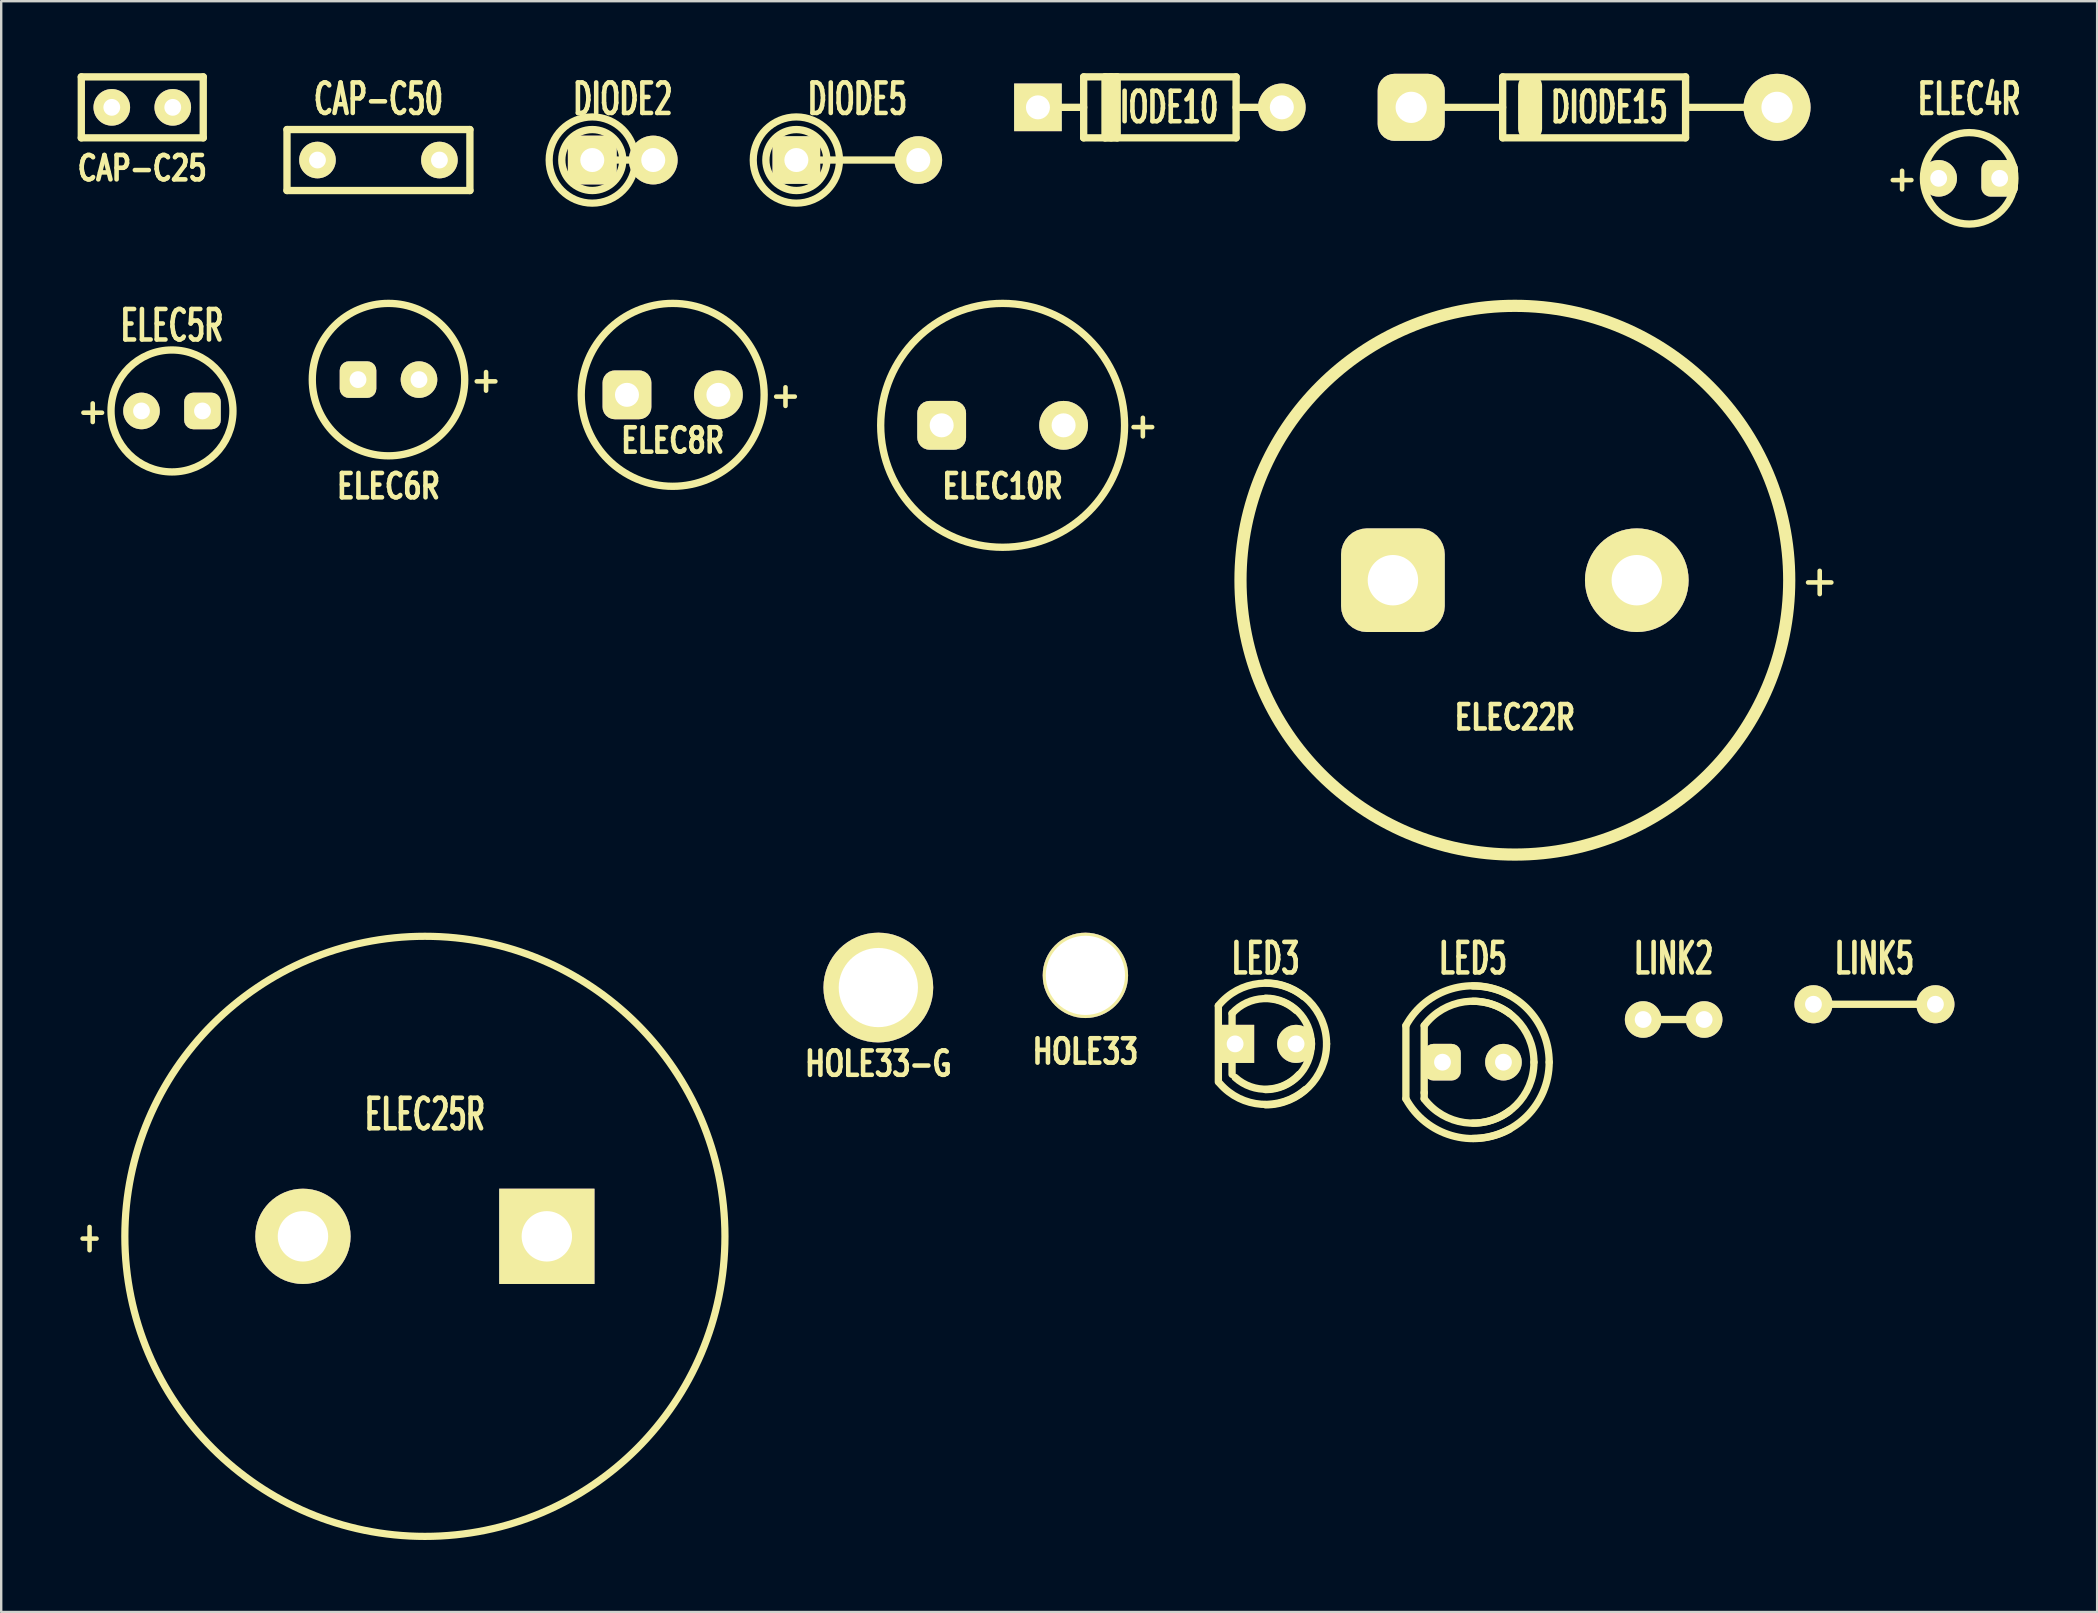
<source format=kicad_pcb>
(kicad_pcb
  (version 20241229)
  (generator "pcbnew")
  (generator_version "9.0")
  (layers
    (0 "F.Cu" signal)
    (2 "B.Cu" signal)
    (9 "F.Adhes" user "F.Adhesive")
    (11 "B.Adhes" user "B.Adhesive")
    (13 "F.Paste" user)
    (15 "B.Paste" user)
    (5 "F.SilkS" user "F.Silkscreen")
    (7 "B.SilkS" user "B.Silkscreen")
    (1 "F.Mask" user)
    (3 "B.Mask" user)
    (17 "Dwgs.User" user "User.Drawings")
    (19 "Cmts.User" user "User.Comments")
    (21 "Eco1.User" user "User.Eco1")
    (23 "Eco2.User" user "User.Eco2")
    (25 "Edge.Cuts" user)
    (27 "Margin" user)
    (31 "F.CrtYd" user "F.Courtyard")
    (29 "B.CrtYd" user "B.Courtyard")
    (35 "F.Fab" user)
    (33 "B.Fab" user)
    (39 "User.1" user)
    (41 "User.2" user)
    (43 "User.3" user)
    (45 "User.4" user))
  (footprint "ELEC6R"
    (layer "F.Cu")
    (at 13.135 12.764)
    (property "Reference" "ELEC6R" (at 0 4.445 0) (layer "F.SilkS") (effects (font (size 1.016 0.762) (thickness 0.191))))
    (attr through_hole)
    (fp_circle (center 0 0) (end 3.175 0) (stroke (width 0.305) (type solid)) (fill no) (layer "F.SilkS"))
    (fp_text user "+" (at 4.064 0 0) (layer "F.SilkS") (effects (font (size 1.016 1.016) (thickness 0.191))))
    (pad "1" thru_hole roundrect (at -1.27 0) (size 1.524 1.524) (drill 0.7) (layers "*.Cu" "*.Mask" "F.SilkS") (roundrect_rratio 0.25))
    (pad "2" thru_hole circle (at 1.27 0) (size 1.524 1.524) (drill 0.7) (layers "*.Cu" "*.Mask" "F.SilkS")))
  (footprint "ELEC8R"
    (layer "F.Cu")
    (at 24.974 13.399)
    (property "Reference" "ELEC8R" (at 0 1.905 0) (layer "F.SilkS") (effects (font (size 1.016 0.762) (thickness 0.191))))
    (attr through_hole)
    (fp_circle (center 0 0) (end 3.81 0) (stroke (width 0.305) (type solid)) (fill no) (layer "F.SilkS"))
    (fp_text user "+" (at 4.699 0 0) (layer "F.SilkS") (effects (font (size 1.016 1.016) (thickness 0.191))))
    (pad "1" thru_hole roundrect (at -1.905 0) (size 2.032 2.032) (drill 1) (layers "*.Cu" "*.Mask" "F.SilkS") (roundrect_rratio 0.25))
    (pad "2" thru_hole circle (at 1.905 0) (size 2.032 2.032) (drill 1) (layers "*.Cu" "*.Mask" "F.SilkS")))
  (footprint "CAP-C25"
    (layer "F.Cu")
    (at 2.877 1.422)
    (property "Reference" "CAP-C25" (at 0 2.54 0) (layer "F.SilkS") (effects (font (size 1.016 0.762) (thickness 0.191))))
    (attr through_hole)
    (fp_line (start -2.54 -1.27) (end 2.54 -1.27) (stroke (width 0.305) (type solid)) (layer "F.SilkS"))
    (fp_line (start -2.54 1.27) (end -2.54 -1.27) (stroke (width 0.305) (type solid)) (layer "F.SilkS"))
    (fp_line (start -2.54 1.27) (end 2.54 1.27) (stroke (width 0.305) (type solid)) (layer "F.SilkS"))
    (fp_line (start 2.54 -1.27) (end 2.54 1.27) (stroke (width 0.305) (type solid)) (layer "F.SilkS"))
    (pad "1" thru_hole circle (at -1.27 0) (size 1.524 1.524) (drill 0.7) (layers "*.Cu" "*.Mask" "F.SilkS"))
    (pad "2" thru_hole circle (at 1.27 0) (size 1.524 1.524) (drill 0.7) (layers "*.Cu" "*.Mask" "F.SilkS")))
  (footprint "ELEC25R"
    (layer "F.Cu")
    (at 14.651 48.455)
    (property "Reference" "ELEC25R" (at 0 -5.08 0) (layer "F.SilkS") (effects (font (size 1.27 0.762) (thickness 0.191))))
    (attr through_hole)
    (fp_circle (center 0 0) (end 12.5 0) (stroke (width 0.3) (type solid)) (fill no) (layer "F.SilkS"))
    (fp_text user "+" (at -13.97 0 0) (layer "F.SilkS") (effects (font (size 1.27 0.762) (thickness 0.191))))
    (pad "1" thru_hole circle (at -5.08 0) (size 3.969 3.969) (drill 2.1) (layers "*.Cu" "*.Mask" "F.SilkS"))
    (pad "2" thru_hole rect (at 5.08 0) (size 3.969 3.969) (drill 2.1) (layers "*.Cu" "*.Mask" "F.SilkS")))
  (footprint "DIODE10"
    (layer "F.Cu")
    (at 45.27 1.422)
    (property "Reference" "DIODE10" (at 0 0 0) (layer "F.SilkS") (effects (font (size 1.27 0.762) (thickness 0.191))))
    (attr through_hole)
    (fp_line (start -3.175 -1.27) (end 3.175 -1.27) (stroke (width 0.305) (type solid)) (layer "F.SilkS"))
    (fp_line (start -3.175 0) (end -5.08 0) (stroke (width 0.305) (type solid)) (layer "F.SilkS"))
    (fp_line (start -3.175 1.27) (end -3.175 -1.27) (stroke (width 0.305) (type solid)) (layer "F.SilkS"))
    (fp_line (start -2.286 -1.27) (end -1.778 -1.27) (stroke (width 0.305) (type solid)) (layer "F.SilkS"))
    (fp_line (start -2.286 1.27) (end -2.286 -1.27) (stroke (width 0.305) (type solid)) (layer "F.SilkS"))
    (fp_line (start -2.032 -1.27) (end -2.032 1.27) (stroke (width 0.305) (type solid)) (layer "F.SilkS"))
    (fp_line (start -1.778 -1.27) (end -1.778 1.27) (stroke (width 0.305) (type solid)) (layer "F.SilkS"))
    (fp_line (start -1.778 1.27) (end -2.286 1.27) (stroke (width 0.305) (type solid)) (layer "F.SilkS"))
    (fp_line (start 3.175 -1.27) (end 3.175 1.27) (stroke (width 0.305) (type solid)) (layer "F.SilkS"))
    (fp_line (start 3.175 0) (end 5.08 0) (stroke (width 0.305) (type solid)) (layer "F.SilkS"))
    (fp_line (start 3.175 1.27) (end -3.175 1.27) (stroke (width 0.305) (type solid)) (layer "F.SilkS"))
    (pad "A" thru_hole circle (at 5.08 0) (size 1.984 1.984) (drill 1) (layers "*.Cu" "*.Mask" "F.SilkS"))
    (pad "K" thru_hole rect (at -5.08 0) (size 1.984 1.984) (drill 1) (layers "*.Cu" "*.Mask" "F.SilkS")))
  (footprint "HOLE33"
    (layer "F.Cu")
    (at 42.167 37.583)
    (property "Reference" "HOLE33" (at 0 3.175 0) (layer "F.SilkS") (effects (font (size 1.016 0.762) (thickness 0.191))))
    (attr through_hole)
    (pad "" thru_hole circle (at 0 0) (size 3.556 3.556) (drill 3.3) (layers "*.Cu" "*.Mask" "F.SilkS")))
  (footprint "DIODE15"
    (layer "F.Cu")
    (at 63.36 1.422)
    (property "Reference" "DIODE15" (at 0.635 0 0) (layer "F.SilkS") (effects (font (size 1.27 0.762) (thickness 0.191))))
    (attr through_hole)
    (fp_line (start -7.62 0) (end -3.81 0) (stroke (width 0.3) (type solid)) (layer "F.SilkS"))
    (fp_line (start -3.81 -1.27) (end 3.81 -1.27) (stroke (width 0.3) (type solid)) (layer "F.SilkS"))
    (fp_line (start -3.81 1.27) (end -3.81 -1.27) (stroke (width 0.305) (type solid)) (layer "F.SilkS"))
    (fp_line (start -3.81 1.27) (end 3.81 1.27) (stroke (width 0.3) (type solid)) (layer "F.SilkS"))
    (fp_line (start -2.667 -0.889) (end -2.667 0.889) (stroke (width 1) (type solid)) (layer "F.SilkS"))
    (fp_line (start 3.81 -1.27) (end 3.81 1.27) (stroke (width 0.305) (type solid)) (layer "F.SilkS"))
    (fp_line (start 3.81 0) (end 7.62 0) (stroke (width 0.3) (type solid)) (layer "F.SilkS"))
    (pad "A" thru_hole circle (at 7.62 0) (size 2.794 2.794) (drill 1.3) (layers "*.Cu" "*.Mask" "F.SilkS"))
    (pad "K" thru_hole roundrect (at -7.62 0) (size 2.794 2.794) (drill 1.3) (layers "*.Cu" "*.Mask" "F.SilkS") (roundrect_rratio 0.25)))
  (footprint "ELEC4R"
    (layer "F.Cu")
    (at 78.984 4.379)
    (property "Reference" "ELEC4R" (at 0 -3.302 0) (layer "F.SilkS") (effects (font (size 1.27 0.762) (thickness 0.191))))
    (attr through_hole)
    (fp_circle (center 0 0) (end -1.905 0) (stroke (width 0.305) (type solid)) (fill no) (layer "F.SilkS"))
    (fp_text user "+" (at -2.794 0 0) (layer "F.SilkS") (effects (font (size 1.016 1.016) (thickness 0.191))))
    (pad "1" thru_hole circle (at -1.27 0) (size 1.524 1.524) (drill 0.7) (layers "*.Cu" "*.Mask" "F.SilkS"))
    (pad "2" thru_hole roundrect (at 1.27 0) (size 1.524 1.524) (drill 0.7) (layers "*.Cu" "*.Mask" "F.SilkS") (roundrect_rratio 0.25)))
  (footprint "LINK2"
    (layer "F.Cu")
    (at 66.673 39.422)
    (property "Reference" "LINK2" (at 0 -2.54 0) (layer "F.SilkS") (effects (font (size 1.27 0.762) (thickness 0.191))))
    (attr through_hole)
    (fp_line (start -1.27 0) (end 1.27 0) (stroke (width 0.305) (type solid)) (layer "F.SilkS"))
    (pad "1" thru_hole circle (at -1.27 0) (size 1.524 1.524) (drill 0.7) (layers "*.Cu" "*.Mask" "F.SilkS"))
    (pad "2" thru_hole circle (at 1.27 0) (size 1.524 1.524) (drill 0.7) (layers "*.Cu" "*.Mask" "F.SilkS")))
  (footprint "ELEC22R"
    (layer "F.Cu")
    (at 60.058 21.121)
    (property "Reference" "ELEC22R" (at 0 5.715 0) (layer "F.SilkS") (effects (font (size 1.016 0.762) (thickness 0.191))))
    (attr through_hole)
    (fp_circle (center 0 0) (end -11.43 0) (stroke (width 0.508) (type solid)) (fill no) (layer "F.SilkS"))
    (fp_text user "+" (at 12.7 0 0) (layer "F.SilkS") (effects (font (size 1.27 1.27) (thickness 0.191))))
    (pad "1" thru_hole roundrect (at -5.08 0) (size 4.318 4.318) (drill 2.1) (layers "*.Cu" "*.Mask" "F.SilkS") (roundrect_rratio 0.25))
    (pad "2" thru_hole circle (at 5.08 0) (size 4.318 4.318) (drill 2.1) (layers "*.Cu" "*.Mask" "F.SilkS")))
  (footprint "DIODE2"
    (layer "F.Cu")
    (at 22.894 3.617)
    (property "Reference" "DIODE2" (at 0 -2.54 0) (layer "F.SilkS") (effects (font (size 1.27 0.762) (thickness 0.191))))
    (attr through_hole)
    (fp_line (start -1.27 0) (end 1.27 0) (stroke (width 0.305) (type solid)) (layer "F.SilkS"))
    (fp_circle (center -1.27 0) (end -2.54 0) (stroke (width 0.305) (type solid)) (fill no) (layer "F.SilkS"))
    (fp_circle (center -1.27 0) (end 0 1.27) (stroke (width 0.3) (type solid)) (fill no) (layer "F.SilkS"))
    (pad "A" thru_hole circle (at 1.27 0) (size 2.032 2.032) (drill 1) (layers "*.Cu" "*.Mask" "F.SilkS"))
    (pad "K" thru_hole roundrect (at -1.27 0) (size 2.032 2.032) (drill 1) (layers "*.Cu" "*.Mask" "F.SilkS") (roundrect_rratio 0.25)))
  (footprint "HOLE33-G"
    (layer "F.Cu")
    (at 33.541 38.091)
    (property "Reference" "HOLE33-G" (at 0 3.175 0) (layer "F.SilkS") (effects (font (size 1.016 0.762) (thickness 0.191))))
    (attr through_hole)
    (pad "0" thru_hole circle (at 0 0) (size 4.572 4.572) (drill 3.3) (layers "*.Cu" "*.Mask" "F.SilkS")))
  (footprint "ELEC5R"
    (layer "F.Cu")
    (at 4.115 14.07)
    (property "Reference" "ELEC5R" (at 0 -3.556 0) (layer "F.SilkS") (effects (font (size 1.27 0.762) (thickness 0.191))))
    (attr through_hole)
    (fp_circle (center 0 0) (end -2.54 0) (stroke (width 0.305) (type solid)) (fill no) (layer "F.SilkS"))
    (fp_text user "+" (at -3.302 0 0) (layer "F.SilkS") (effects (font (size 1.016 1.016) (thickness 0.191))))
    (pad "1" thru_hole circle (at -1.27 0) (size 1.524 1.524) (drill 0.7) (layers "*.Cu" "*.Mask" "F.SilkS"))
    (pad "2" thru_hole roundrect (at 1.27 0) (size 1.524 1.524) (drill 0.7) (layers "*.Cu" "*.Mask" "F.SilkS") (roundrect_rratio 0.25)))
  (footprint "DIODE5"
    (layer "F.Cu")
    (at 32.666 3.617)
    (property "Reference" "DIODE5" (at 0 -2.54 0) (layer "F.SilkS") (effects (font (size 1.27 0.762) (thickness 0.191))))
    (attr through_hole)
    (fp_line (start -2.54 0) (end 2.54 0) (stroke (width 0.305) (type solid)) (layer "F.SilkS"))
    (fp_circle (center -2.54 0) (end -3.81 0) (stroke (width 0.305) (type solid)) (fill no) (layer "F.SilkS"))
    (fp_circle (center -2.54 0) (end -1.27 1.27) (stroke (width 0.3) (type solid)) (fill no) (layer "F.SilkS"))
    (pad "A" thru_hole circle (at 2.54 0) (size 1.984 1.984) (drill 1) (layers "*.Cu" "*.Mask" "F.SilkS"))
    (pad "K" thru_hole rect (at -2.54 0) (size 1.984 1.984) (drill 1) (layers "*.Cu" "*.Mask" "F.SilkS")))
  (footprint "LED3"
    (layer "F.Cu")
    (at 49.674 40.438)
    (property "Reference" "LED3" (at 0 -3.556 0) (layer "F.SilkS") (effects (font (size 1.27 0.762) (thickness 0.191))))
    (attr through_hole)
    (fp_line (start -1.968 1.587) (end -1.968 -1.587) (stroke (width 0.305) (type solid)) (layer "F.SilkS"))
    (fp_line (start -1.397 -1.27) (end -1.397 1.27) (stroke (width 0.305) (type solid)) (layer "F.SilkS"))
    (fp_arc (start -1.9685 -1.5875) (mid -0.269408 -2.514472) (end 1.5875 -1.9685) (stroke (width 0.3048) (type solid)) (layer "F.SilkS"))
    (fp_arc (start -1.397 -1.27) (mid -0.089803 -1.885854) (end 1.27 -1.397) (stroke (width 0.3048) (type solid)) (layer "F.SilkS"))
    (fp_arc (start 0 -2.54) (mid 1.796051 -1.796051) (end 2.54 0) (stroke (width 0.3048) (type solid)) (layer "F.SilkS"))
    (fp_arc (start 0 -1.905) (mid 1.347038 -1.347038) (end 1.905 0) (stroke (width 0.3048) (type solid)) (layer "F.SilkS"))
    (fp_arc (start 1.397 1.27) (mid 0.089803 1.885854) (end -1.27 1.397) (stroke (width 0.3048) (type solid)) (layer "F.SilkS"))
    (fp_arc (start 1.651 1.905) (mid -0.179605 2.514472) (end -1.905 1.651) (stroke (width 0.3048) (type solid)) (layer "F.SilkS"))
    (fp_arc (start 1.905 0) (mid 1.347038 1.347038) (end 0 1.905) (stroke (width 0.3048) (type solid)) (layer "F.SilkS"))
    (fp_arc (start 2.54 0) (mid 1.796051 1.796051) (end 0 2.54) (stroke (width 0.3048) (type solid)) (layer "F.SilkS"))
    (pad "A" thru_hole circle (at 1.27 0) (size 1.587 1.587) (drill 0.7) (layers "*.Cu" "*.Mask" "F.SilkS"))
    (pad "K" thru_hole rect (at -1.27 0) (size 1.587 1.587) (drill 0.7) (layers "*.Cu" "*.Mask" "F.SilkS")))
  (footprint "LINK5"
    (layer "F.Cu")
    (at 75.038 38.787)
    (property "Reference" "LINK5" (at 0 -1.905 0) (layer "F.SilkS") (effects (font (size 1.27 0.762) (thickness 0.191))))
    (attr through_hole)
    (fp_line (start -2.54 0) (end 2.54 0) (stroke (width 0.305) (type solid)) (layer "F.SilkS"))
    (pad "1" thru_hole circle (at -2.54 0) (size 1.587 1.587) (drill 0.7) (layers "*.Cu" "*.Mask" "F.SilkS"))
    (pad "2" thru_hole circle (at 2.54 0) (size 1.587 1.587) (drill 0.7) (layers "*.Cu" "*.Mask" "F.SilkS")))
  (footprint "ELEC10R"
    (layer "F.Cu")
    (at 38.719 14.669)
    (property "Reference" "ELEC10R" (at 0 2.54 0) (layer "F.SilkS") (effects (font (size 1.016 0.762) (thickness 0.191))))
    (attr through_hole)
    (fp_circle (center 0 0) (end 5.08 0) (stroke (width 0.305) (type solid)) (fill no) (layer "F.SilkS"))
    (fp_text user "+" (at 5.842 0 0) (layer "F.SilkS") (effects (font (size 1.016 1.016) (thickness 0.191))))
    (pad "1" thru_hole roundrect (at -2.54 0) (size 2.032 2.032) (drill 1) (layers "*.Cu" "*.Mask" "F.SilkS") (roundrect_rratio 0.25))
    (pad "2" thru_hole circle (at 2.54 0) (size 2.032 2.032) (drill 1) (layers "*.Cu" "*.Mask" "F.SilkS")))
  (footprint "CAP-C50"
    (layer "F.Cu")
    (at 12.716 3.617)
    (property "Reference" "CAP-C50" (at 0 -2.54 0) (layer "F.SilkS") (effects (font (size 1.27 0.762) (thickness 0.191))))
    (attr through_hole)
    (fp_line (start -3.81 -1.27) (end 3.81 -1.27) (stroke (width 0.305) (type solid)) (layer "F.SilkS"))
    (fp_line (start -3.81 1.27) (end -3.81 -1.27) (stroke (width 0.305) (type solid)) (layer "F.SilkS"))
    (fp_line (start -3.81 1.27) (end 3.81 1.27) (stroke (width 0.305) (type solid)) (layer "F.SilkS"))
    (fp_line (start 3.81 -1.27) (end 3.81 1.27) (stroke (width 0.305) (type solid)) (layer "F.SilkS"))
    (pad "1" thru_hole circle (at -2.54 0) (size 1.524 1.524) (drill 0.7) (layers "*.Cu" "*.Mask" "F.SilkS"))
    (pad "2" thru_hole circle (at 2.54 0) (size 1.524 1.524) (drill 0.7) (layers "*.Cu" "*.Mask" "F.SilkS")))
  (footprint "LED5"
    (layer "F.Cu")
    (at 58.313 41.2)
    (property "Reference" "LED5" (at 0 -4.318 0) (layer "F.SilkS") (effects (font (size 1.27 0.762) (thickness 0.191))))
    (attr through_hole)
    (fp_line (start -2.794 -1.524) (end -2.794 1.524) (stroke (width 0.305) (type solid)) (layer "F.SilkS"))
    (fp_line (start -2.032 -1.524) (end -2.032 1.27) (stroke (width 0.305) (type solid)) (layer "F.SilkS"))
    (fp_line (start -2.032 1.27) (end -2.032 1.524) (stroke (width 0.305) (type solid)) (layer "F.SilkS"))
    (fp_arc (start -2.794 -1.524) (mid -0.898026 -3.053287) (end 1.524 -2.794) (stroke (width 0.3048) (type solid)) (layer "F.SilkS"))
    (fp_arc (start -2.032 -1.524) (mid -0.35921 -2.514472) (end 1.524 -2.032) (stroke (width 0.3048) (type solid)) (layer "F.SilkS"))
    (fp_arc (start 0 -3.175) (mid 2.245064 -2.245064) (end 3.175 0) (stroke (width 0.3048) (type solid)) (layer "F.SilkS"))
    (fp_arc (start 0 -2.54) (mid 1.796051 -1.796051) (end 2.54 0) (stroke (width 0.3048) (type solid)) (layer "F.SilkS"))
    (fp_arc (start 1.524 2.032) (mid -0.35921 2.514472) (end -2.032 1.524) (stroke (width 0.3048) (type solid)) (layer "F.SilkS"))
    (fp_arc (start 1.524 2.794) (mid -0.898026 3.053287) (end -2.794 1.524) (stroke (width 0.3048) (type solid)) (layer "F.SilkS"))
    (fp_arc (start 2.54 0) (mid 1.796051 1.796051) (end 0 2.54) (stroke (width 0.3048) (type solid)) (layer "F.SilkS"))
    (fp_arc (start 3.175 0) (mid 2.245064 2.245064) (end 0 3.175) (stroke (width 0.3048) (type solid)) (layer "F.SilkS"))
    (pad "A" thru_hole circle (at 1.27 0) (size 1.524 1.524) (drill 0.7) (layers "*.Cu" "*.Mask" "F.SilkS"))
    (pad "K" thru_hole roundrect (at -1.27 0) (size 1.524 1.524) (drill 0.7) (layers "*.Cu" "*.Mask" "F.SilkS") (roundrect_rratio 0.25)))
  (gr_rect
    (start -3 -3)
    (end 84.316 64.105)
    (stroke (width 0.1) (type default))
    (fill no)
    (layer "Edge.Cuts")))
</source>
